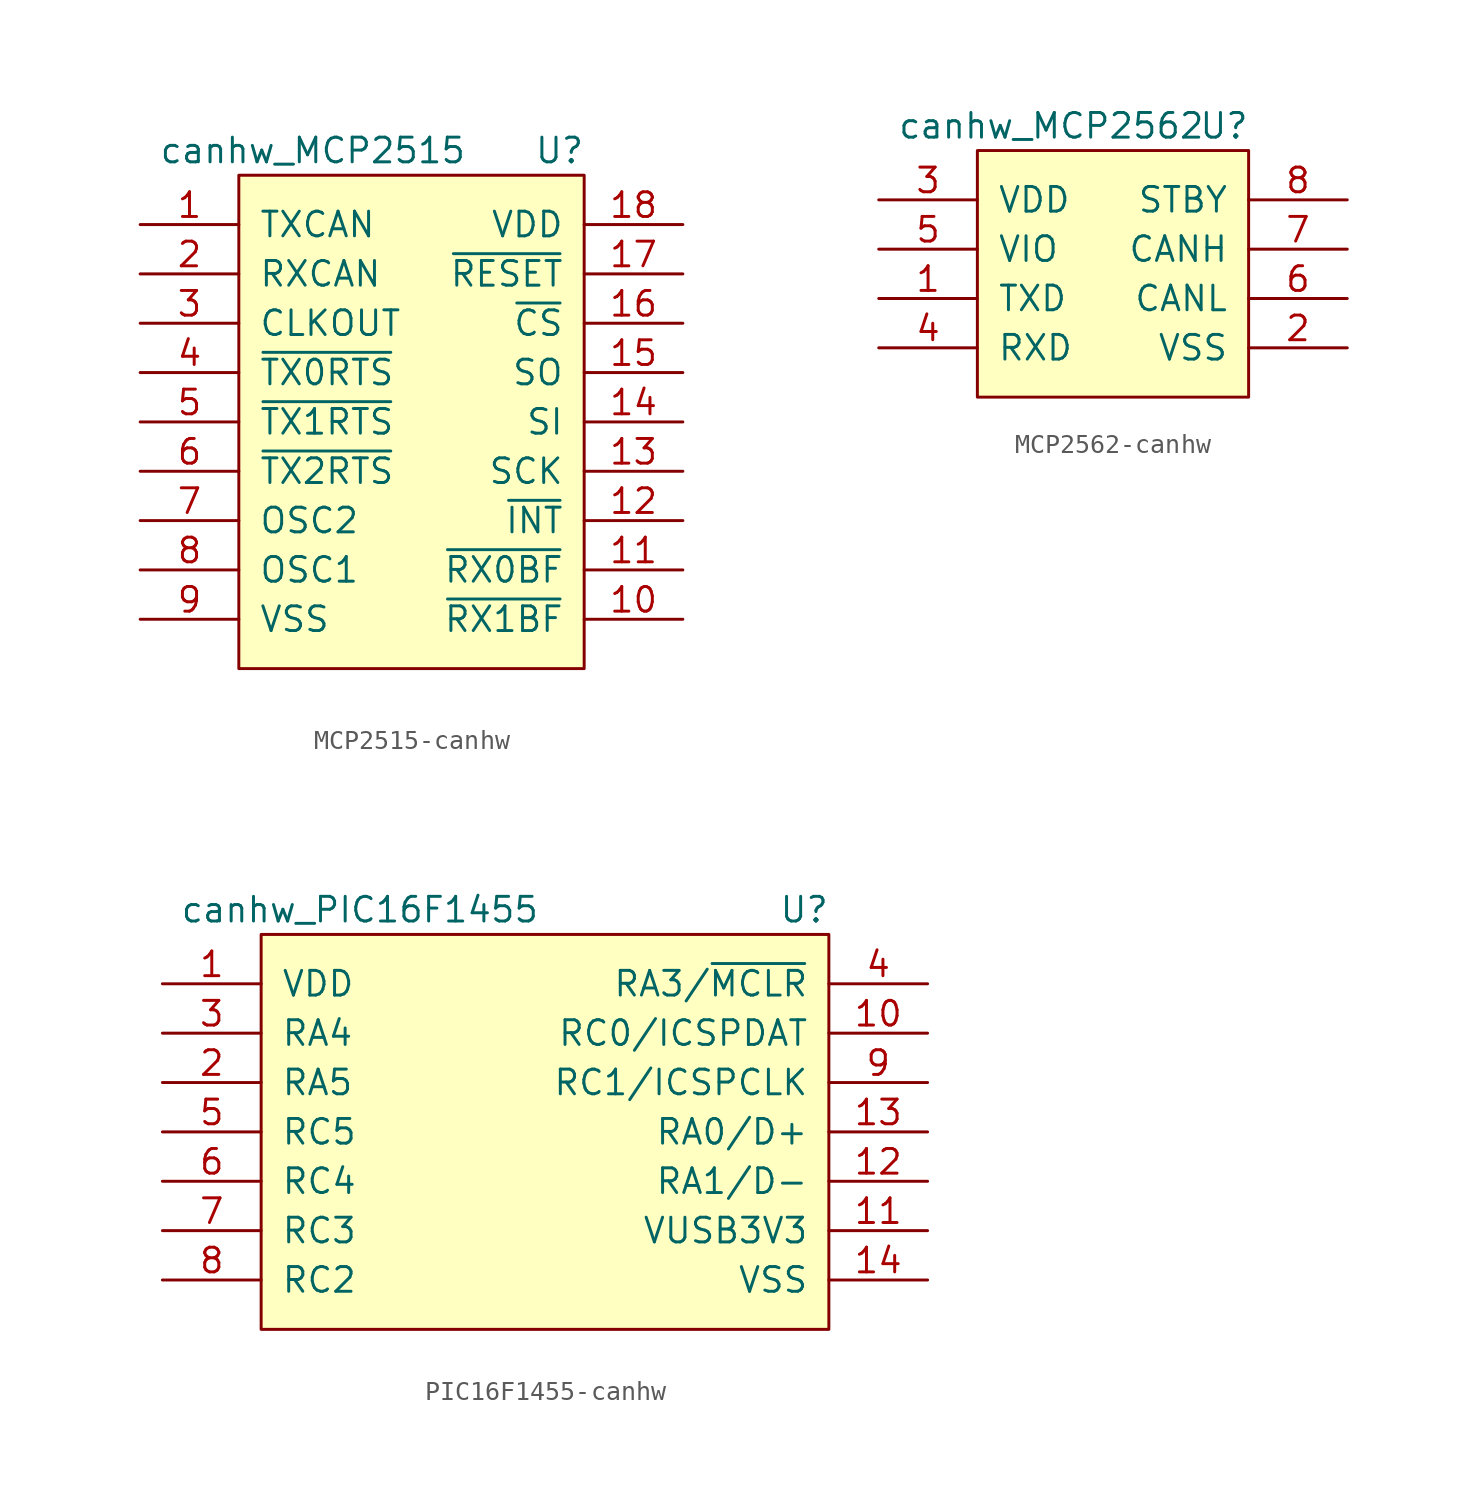
<source format=kicad_sym>
(kicad_symbol_lib
  (version 20220914)
  (generator kicad_symbol_editor)
  (symbol "MCP2515-canhw"
    (pin_names
      (offset 1.016))
    (property "Reference" "U"
      (at 7.62 8.89 0)
      (effects (font (size 1.27 1.27))))
    (property "Value" "canhw_MCP2515"
      (at -5.08 8.89 0)
      (effects (font (size 1.27 1.27))))
    (symbol "MCP2515-canhw_0_1"
      (rectangle (start -8.89 7.62) (end 8.89 -17.78) (stroke (width 0) (type solid)) (fill (type background))))
    (symbol "MCP2515-canhw_1_1"
      (pin bidirectional line (at -13.97 5.08 0) (length 5.08) (name "TXCAN" (effects (font (size 1.27 1.27)))) (number "1" (effects (font (size 1.27 1.27)))))
      (pin bidirectional line (at 13.97 -15.24 180) (length 5.08) (name "~{RX1BF}" (effects (font (size 1.27 1.27)))) (number "10" (effects (font (size 1.27 1.27)))))
      (pin bidirectional line (at 13.97 -12.7 180) (length 5.08) (name "~{RX0BF}" (effects (font (size 1.27 1.27)))) (number "11" (effects (font (size 1.27 1.27)))))
      (pin bidirectional line (at 13.97 -10.16 180) (length 5.08) (name "~{INT}" (effects (font (size 1.27 1.27)))) (number "12" (effects (font (size 1.27 1.27)))))
      (pin bidirectional line (at 13.97 -7.62 180) (length 5.08) (name "SCK" (effects (font (size 1.27 1.27)))) (number "13" (effects (font (size 1.27 1.27)))))
      (pin bidirectional line (at 13.97 -5.08 180) (length 5.08) (name "SI" (effects (font (size 1.27 1.27)))) (number "14" (effects (font (size 1.27 1.27)))))
      (pin bidirectional line (at 13.97 -2.54 180) (length 5.08) (name "SO" (effects (font (size 1.27 1.27)))) (number "15" (effects (font (size 1.27 1.27)))))
      (pin bidirectional line (at 13.97 0 180) (length 5.08) (name "~{CS}" (effects (font (size 1.27 1.27)))) (number "16" (effects (font (size 1.27 1.27)))))
      (pin bidirectional line (at 13.97 2.54 180) (length 5.08) (name "~{RESET}" (effects (font (size 1.27 1.27)))) (number "17" (effects (font (size 1.27 1.27)))))
      (pin power_in line (at 13.97 5.08 180) (length 5.08) (name "VDD" (effects (font (size 1.27 1.27)))) (number "18" (effects (font (size 1.27 1.27)))))
      (pin bidirectional line (at -13.97 2.54 0) (length 5.08) (name "RXCAN" (effects (font (size 1.27 1.27)))) (number "2" (effects (font (size 1.27 1.27)))))
      (pin bidirectional line (at -13.97 0 0) (length 5.08) (name "CLKOUT" (effects (font (size 1.27 1.27)))) (number "3" (effects (font (size 1.27 1.27)))))
      (pin bidirectional line (at -13.97 -2.54 0) (length 5.08) (name "~{TX0RTS}" (effects (font (size 1.27 1.27)))) (number "4" (effects (font (size 1.27 1.27)))))
      (pin bidirectional line (at -13.97 -5.08 0) (length 5.08) (name "~{TX1RTS}" (effects (font (size 1.27 1.27)))) (number "5" (effects (font (size 1.27 1.27)))))
      (pin bidirectional line (at -13.97 -7.62 0) (length 5.08) (name "~{TX2RTS}" (effects (font (size 1.27 1.27)))) (number "6" (effects (font (size 1.27 1.27)))))
      (pin bidirectional line (at -13.97 -10.16 0) (length 5.08) (name "OSC2" (effects (font (size 1.27 1.27)))) (number "7" (effects (font (size 1.27 1.27)))))
      (pin bidirectional line (at -13.97 -12.7 0) (length 5.08) (name "OSC1" (effects (font (size 1.27 1.27)))) (number "8" (effects (font (size 1.27 1.27)))))
      (pin power_in line (at -13.97 -15.24 0) (length 5.08) (name "VSS" (effects (font (size 1.27 1.27)))) (number "9" (effects (font (size 1.27 1.27)))))))
  (symbol "MCP2562-canhw"
    (pin_names
      (offset 1.016))
    (property "Reference" "U"
      (at 5.08 3.81 0)
      (effects (font (size 1.27 1.27))))
    (property "Value" "canhw_MCP2562"
      (at -3.81 3.81 0)
      (effects (font (size 1.27 1.27))))
    (symbol "MCP2562-canhw_0_1"
      (rectangle (start -7.62 2.54) (end 6.35 -10.16) (stroke (width 0) (type solid)) (fill (type background))))
    (symbol "MCP2562-canhw_1_1"
      (pin bidirectional line (at -12.7 -5.08 0) (length 5.08) (name "TXD" (effects (font (size 1.27 1.27)))) (number "1" (effects (font (size 1.27 1.27)))))
      (pin power_in line (at 11.43 -7.62 180) (length 5.08) (name "VSS" (effects (font (size 1.27 1.27)))) (number "2" (effects (font (size 1.27 1.27)))))
      (pin power_in line (at -12.7 0 0) (length 5.08) (name "VDD" (effects (font (size 1.27 1.27)))) (number "3" (effects (font (size 1.27 1.27)))))
      (pin bidirectional line (at -12.7 -7.62 0) (length 5.08) (name "RXD" (effects (font (size 1.27 1.27)))) (number "4" (effects (font (size 1.27 1.27)))))
      (pin bidirectional line (at -12.7 -2.54 0) (length 5.08) (name "VIO" (effects (font (size 1.27 1.27)))) (number "5" (effects (font (size 1.27 1.27)))))
      (pin bidirectional line (at 11.43 -5.08 180) (length 5.08) (name "CANL" (effects (font (size 1.27 1.27)))) (number "6" (effects (font (size 1.27 1.27)))))
      (pin bidirectional line (at 11.43 -2.54 180) (length 5.08) (name "CANH" (effects (font (size 1.27 1.27)))) (number "7" (effects (font (size 1.27 1.27)))))
      (pin bidirectional line (at 11.43 0 180) (length 5.08) (name "STBY" (effects (font (size 1.27 1.27)))) (number "8" (effects (font (size 1.27 1.27)))))))
  (symbol "PIC16F1455-canhw"
    (pin_names
      (offset 1.016))
    (property "Reference" "U"
      (at 19.05 5.08 0)
      (effects (font (size 1.27 1.27))))
    (property "Value" "canhw_PIC16F1455"
      (at -3.81 5.08 0)
      (effects (font (size 1.27 1.27))))
    (symbol "PIC16F1455-canhw_0_1"
      (rectangle (start -8.89 3.81) (end 20.32 -16.51) (stroke (width 0) (type solid)) (fill (type background))))
    (symbol "PIC16F1455-canhw_1_1"
      (pin power_in line (at -13.97 1.27 0) (length 5.08) (name "VDD" (effects (font (size 1.27 1.27)))) (number "1" (effects (font (size 1.27 1.27)))))
      (pin bidirectional line (at 25.4 -1.27 180) (length 5.08) (name "RC0/ICSPDAT" (effects (font (size 1.27 1.27)))) (number "10" (effects (font (size 1.27 1.27)))))
      (pin bidirectional line (at 25.4 -11.43 180) (length 5.08) (name "VUSB3V3" (effects (font (size 1.27 1.27)))) (number "11" (effects (font (size 1.27 1.27)))))
      (pin bidirectional line (at 25.4 -8.89 180) (length 5.08) (name "RA1/D-" (effects (font (size 1.27 1.27)))) (number "12" (effects (font (size 1.27 1.27)))))
      (pin bidirectional line (at 25.4 -6.35 180) (length 5.08) (name "RA0/D+" (effects (font (size 1.27 1.27)))) (number "13" (effects (font (size 1.27 1.27)))))
      (pin bidirectional line (at 25.4 -13.97 180) (length 5.08) (name "VSS" (effects (font (size 1.27 1.27)))) (number "14" (effects (font (size 1.27 1.27)))))
      (pin bidirectional line (at -13.97 -3.81 0) (length 5.08) (name "RA5" (effects (font (size 1.27 1.27)))) (number "2" (effects (font (size 1.27 1.27)))))
      (pin bidirectional line (at -13.97 -1.27 0) (length 5.08) (name "RA4" (effects (font (size 1.27 1.27)))) (number "3" (effects (font (size 1.27 1.27)))))
      (pin bidirectional line (at 25.4 1.27 180) (length 5.08) (name "RA3/~{MCLR}" (effects (font (size 1.27 1.27)))) (number "4" (effects (font (size 1.27 1.27)))))
      (pin bidirectional line (at -13.97 -6.35 0) (length 5.08) (name "RC5" (effects (font (size 1.27 1.27)))) (number "5" (effects (font (size 1.27 1.27)))))
      (pin bidirectional line (at -13.97 -8.89 0) (length 5.08) (name "RC4" (effects (font (size 1.27 1.27)))) (number "6" (effects (font (size 1.27 1.27)))))
      (pin bidirectional line (at -13.97 -11.43 0) (length 5.08) (name "RC3" (effects (font (size 1.27 1.27)))) (number "7" (effects (font (size 1.27 1.27)))))
      (pin bidirectional line (at -13.97 -13.97 0) (length 5.08) (name "RC2" (effects (font (size 1.27 1.27)))) (number "8" (effects (font (size 1.27 1.27)))))
      (pin bidirectional line (at 25.4 -3.81 180) (length 5.08) (name "RC1/ICSPCLK" (effects (font (size 1.27 1.27)))) (number "9" (effects (font (size 1.27 1.27))))))))
</source>
